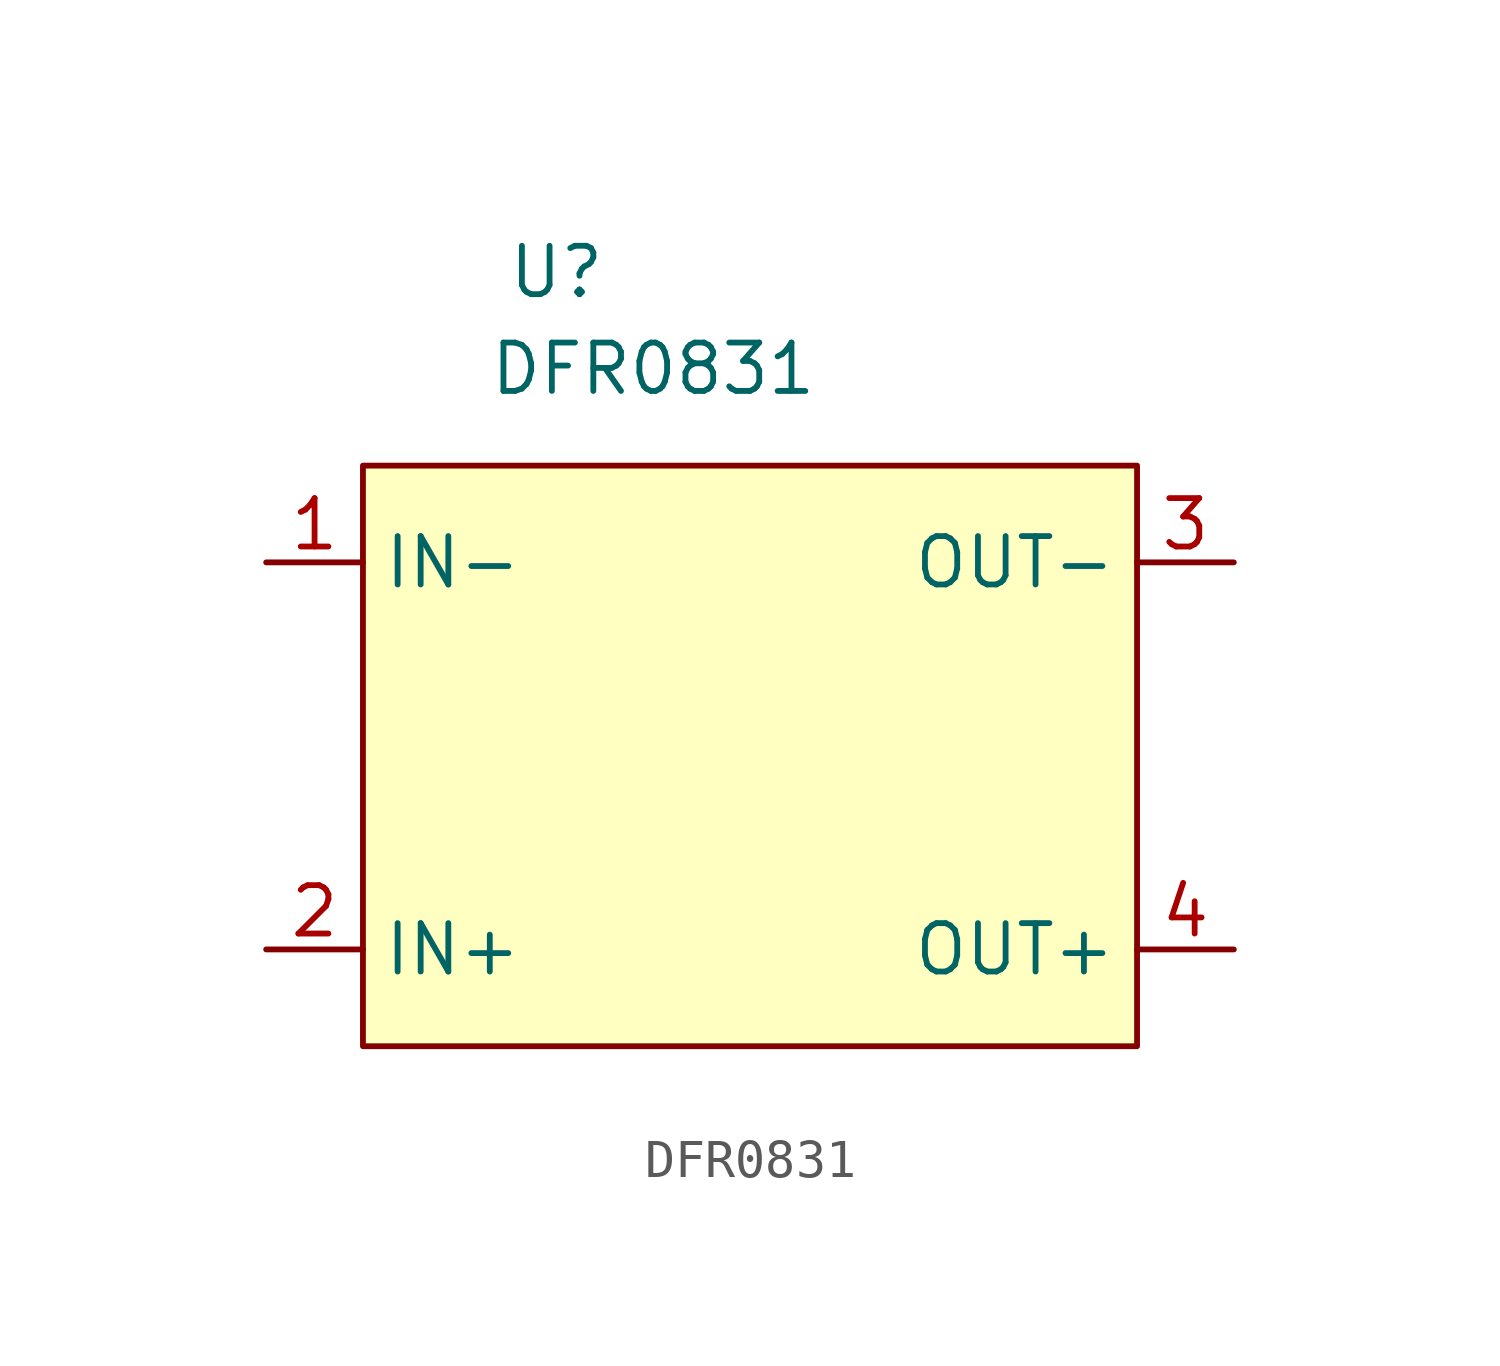
<source format=kicad_sym>
(kicad_symbol_lib
  (version 20241209)
  (generator "kicad_symbol_editor")
  (generator_version "9.0")
  (symbol "DFR0831"
    (property "Reference" "U"
      (at -5.08 2.54 0)
      (effects (font (size 1.27 1.27))))
    (property "Value" "DFR0831"
      (at -2.54 0 0)
      (effects (font (size 1.27 1.27))))
    (symbol "DFR0831_1_1"
      (rectangle (start -10.16 -2.54) (end 10.16 -17.78) (stroke (width 0) (type solid)) (fill (type color) (color 255 255 194 1)))
      (pin power_in line (at -12.7 -5.08 0) (length 2.54) (name "IN-" (effects (font (size 1.27 1.27)))) (number "1" (effects (font (size 1.27 1.27)))))
      (pin power_in line (at -12.7 -15.24 0) (length 2.54) (name "IN+" (effects (font (size 1.27 1.27)))) (number "2" (effects (font (size 1.27 1.27)))))
      (pin power_out line (at 12.7 -5.08 180) (length 2.54) (name "OUT-" (effects (font (size 1.27 1.27)))) (number "3" (effects (font (size 1.27 1.27)))))
      (pin power_out line (at 12.7 -15.24 180) (length 2.54) (name "OUT+" (effects (font (size 1.27 1.27)))) (number "4" (effects (font (size 1.27 1.27))))))))
</source>
